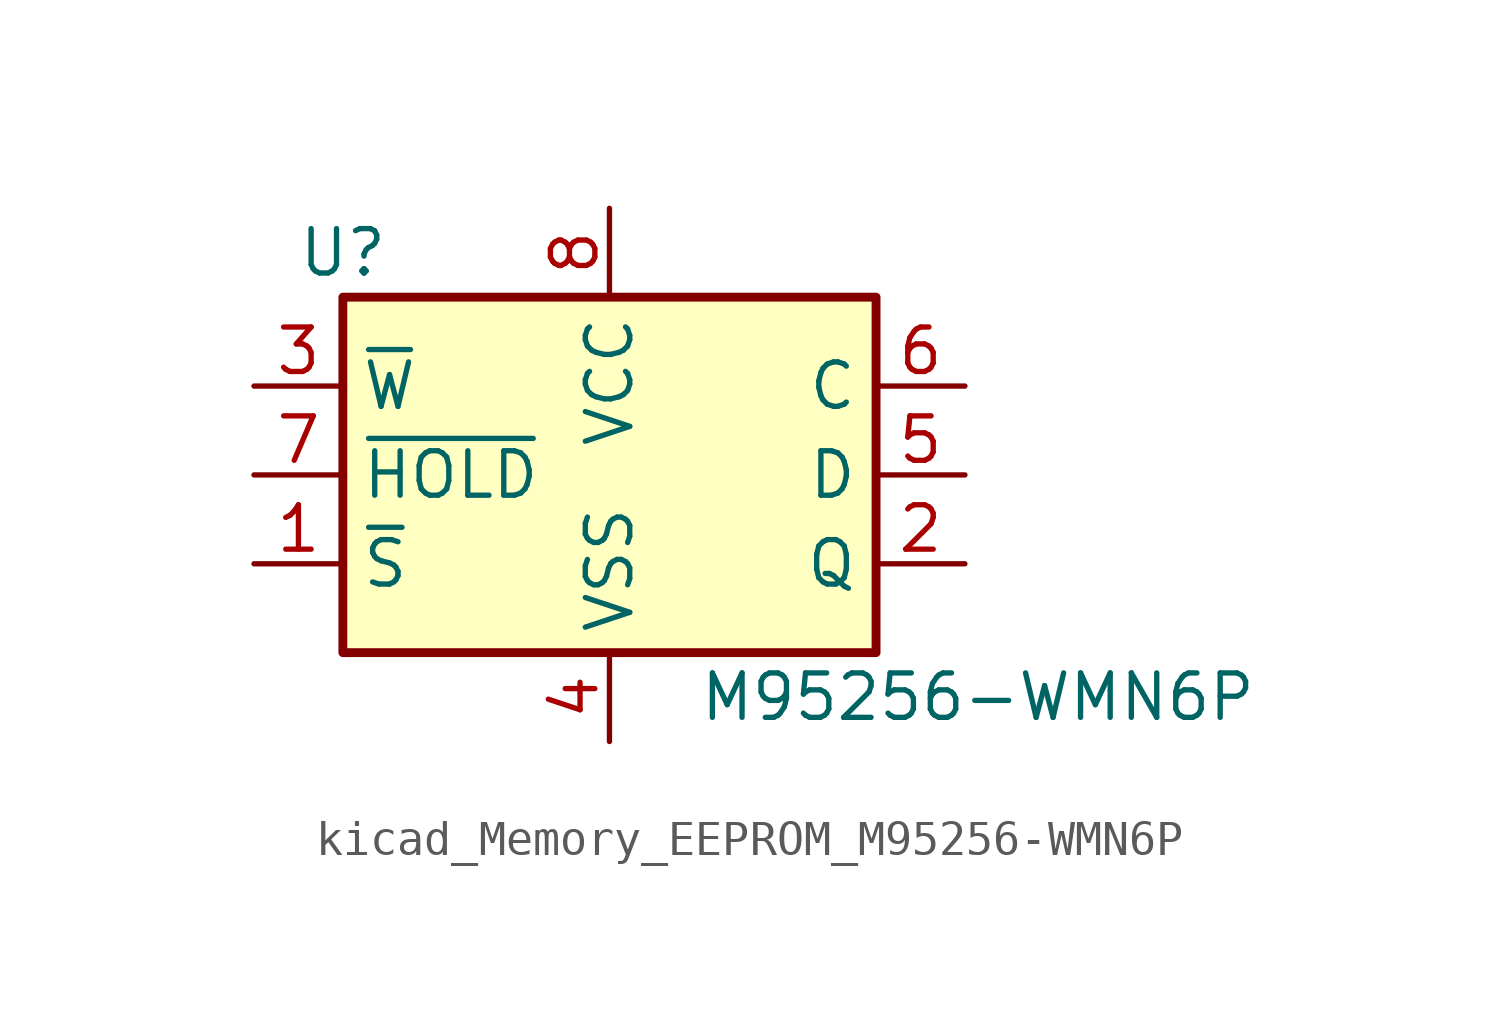
<source format=kicad_sym>
(kicad_symbol_lib
  (version 20220914)
  (generator kicad_symbol_editor)
  (symbol "kicad_Memory_EEPROM_M95256-WMN6P"
    (property "Reference" "U"
      (at -7.62 6.35 0)
      (effects (font (size 1.27 1.27))))
    (property "Value" "M95256-WMN6P"
      (at 2.54 -6.35 0)
      (effects (font (size 1.27 1.27)) (justify left)))
    (symbol "kicad_Memory_EEPROM_M95256-WMN6P_1_1"
      (rectangle (start -7.62 5.08) (end 7.62 -5.08) (stroke (width 0.254) (type default)) (fill (type background)))
      (pin input line (at -10.16 -2.54 0) (length 2.54) (name "~{S}" (effects (font (size 1.27 1.27)))) (number "1" (effects (font (size 1.27 1.27)))))
      (pin output line (at 10.16 -2.54 180) (length 2.54) (name "Q" (effects (font (size 1.27 1.27)))) (number "2" (effects (font (size 1.27 1.27)))))
      (pin input line (at -10.16 2.54 0) (length 2.54) (name "~{W}" (effects (font (size 1.27 1.27)))) (number "3" (effects (font (size 1.27 1.27)))))
      (pin power_in line (at 0 -7.62 90) (length 2.54) (name "VSS" (effects (font (size 1.27 1.27)))) (number "4" (effects (font (size 1.27 1.27)))))
      (pin input line (at 10.16 0 180) (length 2.54) (name "D" (effects (font (size 1.27 1.27)))) (number "5" (effects (font (size 1.27 1.27)))))
      (pin input line (at 10.16 2.54 180) (length 2.54) (name "C" (effects (font (size 1.27 1.27)))) (number "6" (effects (font (size 1.27 1.27)))))
      (pin input line (at -10.16 0 0) (length 2.54) (name "~{HOLD}" (effects (font (size 1.27 1.27)))) (number "7" (effects (font (size 1.27 1.27)))))
      (pin power_in line (at 0 7.62 270) (length 2.54) (name "VCC" (effects (font (size 1.27 1.27)))) (number "8" (effects (font (size 1.27 1.27))))))))
</source>
